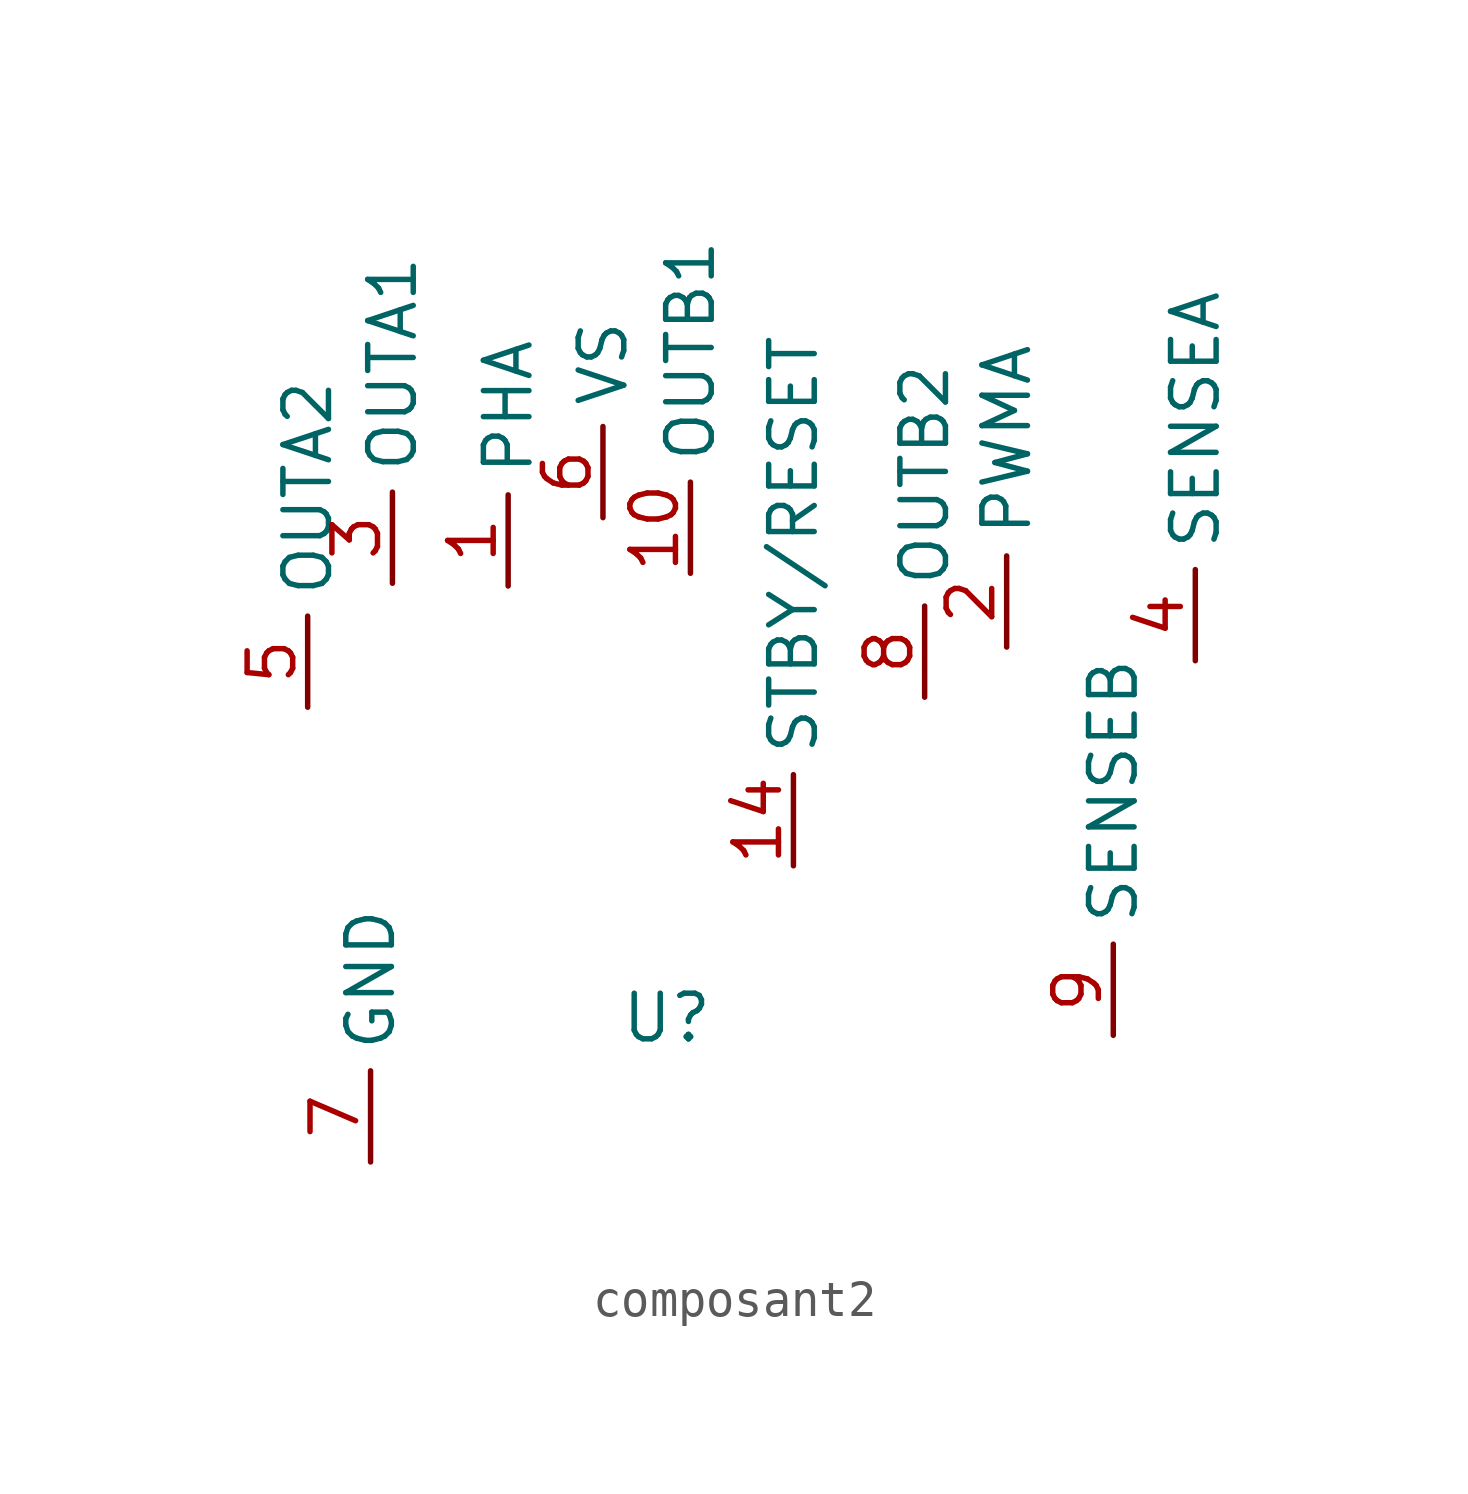
<source format=kicad_sym>
(kicad_symbol_lib
  (version 20220914)
  (generator kicad_symbol_editor)
  (symbol "composant2"
    (property "Reference" "U"
      (at 0 0 0)
      (effects (font (size 1.27 1.27))))
    (property "Value" ""
      (at 0 0 0)
      (effects (font (size 1.27 1.27))))
    (symbol "composant2_1_1"
      (pin power_in line (at -4.42 12.04 90) (length 2.54) (name "PHA" (effects (font (size 1.27 1.27)))) (number "1" (effects (font (size 1.27 1.27)))))
      (pin power_in line (at 0.66 12.395 90) (length 2.54) (name "OUTB1" (effects (font (size 1.27 1.27)))) (number "10" (effects (font (size 1.27 1.27)))))
      (pin power_in line (at 3.531 4.242 90) (length 2.54) (name "STBY/RESET" (effects (font (size 1.27 1.27)))) (number "14" (effects (font (size 1.27 1.27)))))
      (pin power_in line (at 9.474 10.338 90) (length 2.54) (name "PWMA" (effects (font (size 1.27 1.27)))) (number "2" (effects (font (size 1.27 1.27)))))
      (pin power_in line (at -7.645 12.116 90) (length 2.54) (name "OUTA1" (effects (font (size 1.27 1.27)))) (number "3" (effects (font (size 1.27 1.27)))))
      (pin power_in line (at 14.732 9.957 90) (length 2.54) (name "SENSEA" (effects (font (size 1.27 1.27)))) (number "4" (effects (font (size 1.27 1.27)))))
      (pin power_in line (at -10.008 8.661 90) (length 2.54) (name "OUTA2" (effects (font (size 1.27 1.27)))) (number "5" (effects (font (size 1.27 1.27)))))
      (pin power_in line (at -1.778 13.945 90) (length 2.54) (name "VS" (effects (font (size 1.27 1.27)))) (number "6" (effects (font (size 1.27 1.27)))))
      (pin power_in line (at -8.255 -4.013 90) (length 2.54) (name "GND" (effects (font (size 1.27 1.27)))) (number "7" (effects (font (size 1.27 1.27)))))
      (pin power_in line (at 7.188 8.941 90) (length 2.54) (name "OUTB2" (effects (font (size 1.27 1.27)))) (number "8" (effects (font (size 1.27 1.27)))))
      (pin power_in line (at 12.446 -0.483 90) (length 2.54) (name "SENSEB" (effects (font (size 1.27 1.27)))) (number "9" (effects (font (size 1.27 1.27))))))))
</source>
